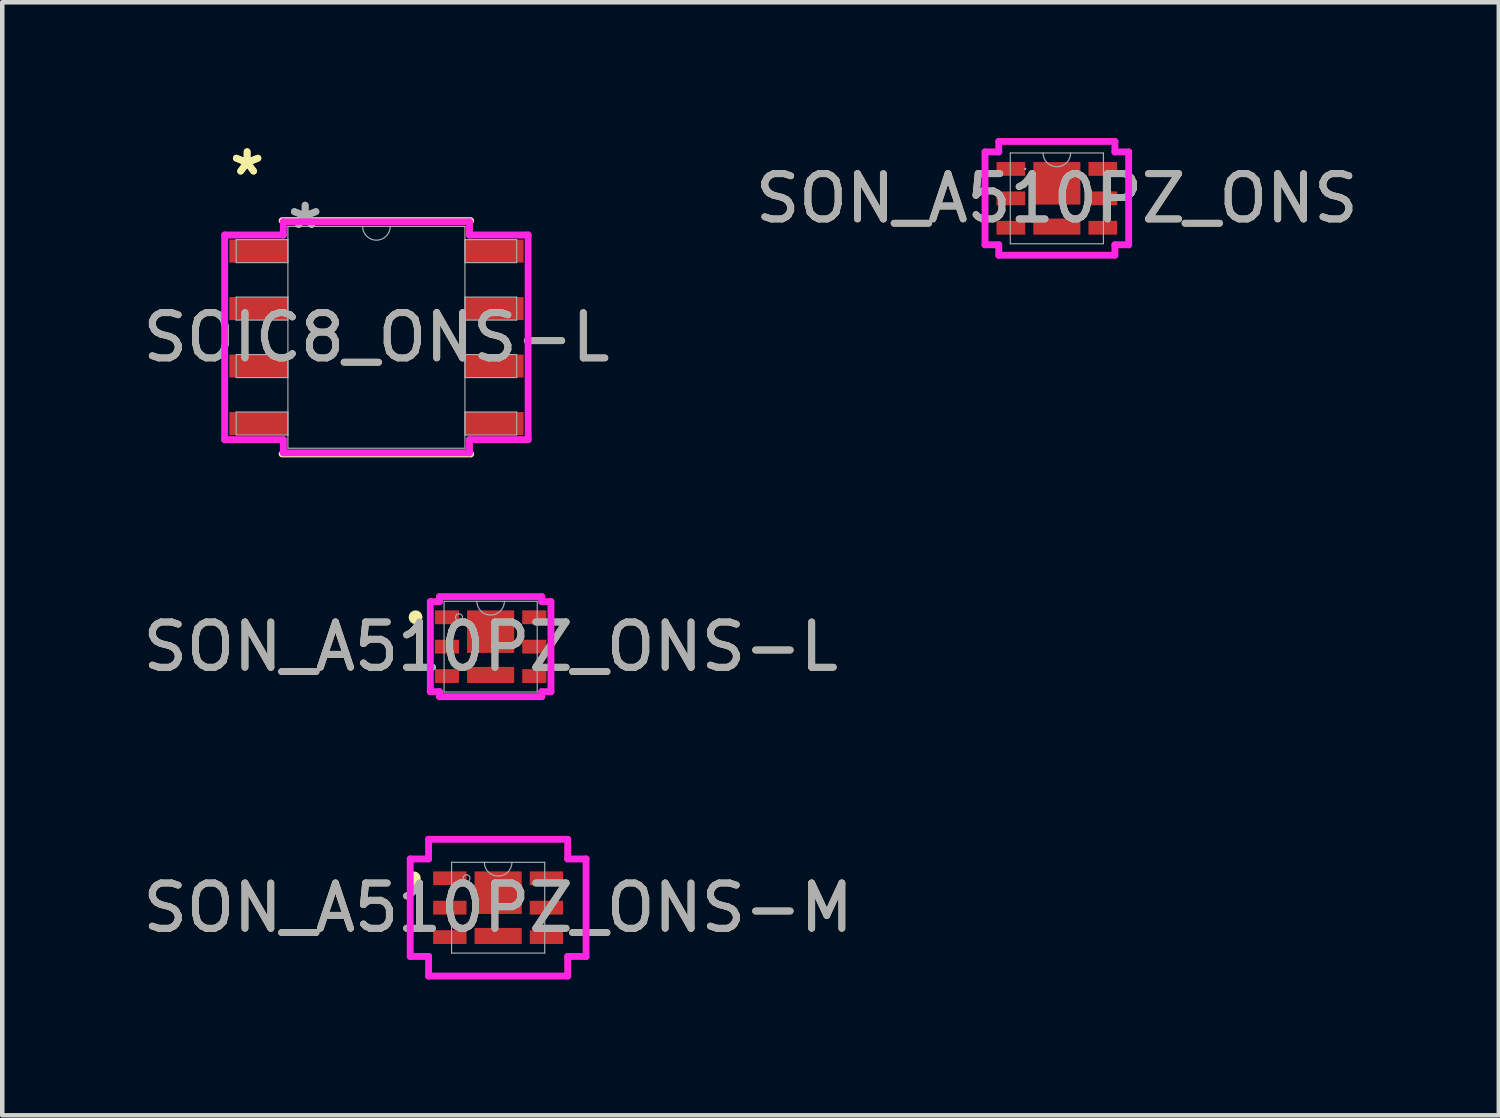
<source format=kicad_pcb>
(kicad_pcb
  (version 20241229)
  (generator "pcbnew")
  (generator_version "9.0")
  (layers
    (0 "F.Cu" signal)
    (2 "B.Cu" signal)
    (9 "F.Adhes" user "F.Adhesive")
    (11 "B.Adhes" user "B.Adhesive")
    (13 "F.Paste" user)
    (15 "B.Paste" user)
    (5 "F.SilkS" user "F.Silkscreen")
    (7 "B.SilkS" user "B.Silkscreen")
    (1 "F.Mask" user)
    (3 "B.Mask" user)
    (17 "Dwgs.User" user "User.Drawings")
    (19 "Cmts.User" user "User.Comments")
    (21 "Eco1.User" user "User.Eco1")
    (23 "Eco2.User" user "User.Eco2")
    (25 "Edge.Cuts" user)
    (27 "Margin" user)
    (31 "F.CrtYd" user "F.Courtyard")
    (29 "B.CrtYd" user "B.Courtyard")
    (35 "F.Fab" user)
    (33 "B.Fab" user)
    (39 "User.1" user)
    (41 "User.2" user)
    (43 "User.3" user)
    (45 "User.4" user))
  (footprint "SOIC8_ONS-L"
    (layer "F.Cu")
    (at 5.268 4.404)
    (property "Reference" "SOIC8_ONS-L" (at 0 0 0) (unlocked yes) (layer "F.SilkS") (effects (font (size 1 1) (thickness 0.15))))
    (attr smd)
    (fp_line (start -2.083 2.578) (end 2.083 2.578) (stroke (width 0.152) (type solid)) (layer "F.SilkS"))
    (fp_line (start 2.083 -2.578) (end -2.083 -2.578) (stroke (width 0.152) (type solid)) (layer "F.SilkS"))
    (fp_line (start -3.353 -2.261) (end -2.057 -2.261) (stroke (width 0.152) (type solid)) (layer "F.CrtYd"))
    (fp_line (start -3.353 2.261) (end -3.353 -2.261) (stroke (width 0.152) (type solid)) (layer "F.CrtYd"))
    (fp_line (start -3.353 2.261) (end -2.057 2.261) (stroke (width 0.152) (type solid)) (layer "F.CrtYd"))
    (fp_line (start -2.057 -2.553) (end 2.057 -2.553) (stroke (width 0.152) (type solid)) (layer "F.CrtYd"))
    (fp_line (start -2.057 -2.261) (end -2.057 -2.553) (stroke (width 0.152) (type solid)) (layer "F.CrtYd"))
    (fp_line (start -2.057 2.553) (end -2.057 2.261) (stroke (width 0.152) (type solid)) (layer "F.CrtYd"))
    (fp_line (start 2.057 -2.553) (end 2.057 -2.261) (stroke (width 0.152) (type solid)) (layer "F.CrtYd"))
    (fp_line (start 2.057 2.261) (end 2.057 2.553) (stroke (width 0.152) (type solid)) (layer "F.CrtYd"))
    (fp_line (start 2.057 2.553) (end -2.057 2.553) (stroke (width 0.152) (type solid)) (layer "F.CrtYd"))
    (fp_line (start 3.353 -2.261) (end 2.057 -2.261) (stroke (width 0.152) (type solid)) (layer "F.CrtYd"))
    (fp_line (start 3.353 -2.261) (end 3.353 2.261) (stroke (width 0.152) (type solid)) (layer "F.CrtYd"))
    (fp_line (start 3.353 2.261) (end 2.057 2.261) (stroke (width 0.152) (type solid)) (layer "F.CrtYd"))
    (fp_line (start -3.099 -2.159) (end -3.099 -1.651) (stroke (width 0.025) (type solid)) (layer "F.Fab"))
    (fp_line (start -3.099 -1.651) (end -1.956 -1.651) (stroke (width 0.025) (type solid)) (layer "F.Fab"))
    (fp_line (start -3.099 -0.889) (end -3.099 -0.381) (stroke (width 0.025) (type solid)) (layer "F.Fab"))
    (fp_line (start -3.099 -0.381) (end -1.956 -0.381) (stroke (width 0.025) (type solid)) (layer "F.Fab"))
    (fp_line (start -3.099 0.381) (end -3.099 0.889) (stroke (width 0.025) (type solid)) (layer "F.Fab"))
    (fp_line (start -3.099 0.889) (end -1.956 0.889) (stroke (width 0.025) (type solid)) (layer "F.Fab"))
    (fp_line (start -3.099 1.651) (end -3.099 2.159) (stroke (width 0.025) (type solid)) (layer "F.Fab"))
    (fp_line (start -3.099 2.159) (end -1.956 2.159) (stroke (width 0.025) (type solid)) (layer "F.Fab"))
    (fp_line (start -1.956 -2.451) (end -1.956 2.451) (stroke (width 0.025) (type solid)) (layer "F.Fab"))
    (fp_line (start -1.956 -2.159) (end -3.099 -2.159) (stroke (width 0.025) (type solid)) (layer "F.Fab"))
    (fp_line (start -1.956 -1.651) (end -1.956 -2.159) (stroke (width 0.025) (type solid)) (layer "F.Fab"))
    (fp_line (start -1.956 -0.889) (end -3.099 -0.889) (stroke (width 0.025) (type solid)) (layer "F.Fab"))
    (fp_line (start -1.956 -0.381) (end -1.956 -0.889) (stroke (width 0.025) (type solid)) (layer "F.Fab"))
    (fp_line (start -1.956 0.381) (end -3.099 0.381) (stroke (width 0.025) (type solid)) (layer "F.Fab"))
    (fp_line (start -1.956 0.889) (end -1.956 0.381) (stroke (width 0.025) (type solid)) (layer "F.Fab"))
    (fp_line (start -1.956 1.651) (end -3.099 1.651) (stroke (width 0.025) (type solid)) (layer "F.Fab"))
    (fp_line (start -1.956 2.159) (end -1.956 1.651) (stroke (width 0.025) (type solid)) (layer "F.Fab"))
    (fp_line (start -1.956 2.451) (end 1.956 2.451) (stroke (width 0.025) (type solid)) (layer "F.Fab"))
    (fp_line (start 1.956 -2.451) (end -1.956 -2.451) (stroke (width 0.025) (type solid)) (layer "F.Fab"))
    (fp_line (start 1.956 -2.159) (end 1.956 -1.651) (stroke (width 0.025) (type solid)) (layer "F.Fab"))
    (fp_line (start 1.956 -1.651) (end 3.099 -1.651) (stroke (width 0.025) (type solid)) (layer "F.Fab"))
    (fp_line (start 1.956 -0.889) (end 1.956 -0.381) (stroke (width 0.025) (type solid)) (layer "F.Fab"))
    (fp_line (start 1.956 -0.381) (end 3.099 -0.381) (stroke (width 0.025) (type solid)) (layer "F.Fab"))
    (fp_line (start 1.956 0.381) (end 1.956 0.889) (stroke (width 0.025) (type solid)) (layer "F.Fab"))
    (fp_line (start 1.956 0.889) (end 3.099 0.889) (stroke (width 0.025) (type solid)) (layer "F.Fab"))
    (fp_line (start 1.956 1.651) (end 1.956 2.159) (stroke (width 0.025) (type solid)) (layer "F.Fab"))
    (fp_line (start 1.956 2.159) (end 3.099 2.159) (stroke (width 0.025) (type solid)) (layer "F.Fab"))
    (fp_line (start 1.956 2.451) (end 1.956 -2.451) (stroke (width 0.025) (type solid)) (layer "F.Fab"))
    (fp_line (start 3.099 -2.159) (end 1.956 -2.159) (stroke (width 0.025) (type solid)) (layer "F.Fab"))
    (fp_line (start 3.099 -1.651) (end 3.099 -2.159) (stroke (width 0.025) (type solid)) (layer "F.Fab"))
    (fp_line (start 3.099 -0.889) (end 1.956 -0.889) (stroke (width 0.025) (type solid)) (layer "F.Fab"))
    (fp_line (start 3.099 -0.381) (end 3.099 -0.889) (stroke (width 0.025) (type solid)) (layer "F.Fab"))
    (fp_line (start 3.099 0.381) (end 1.956 0.381) (stroke (width 0.025) (type solid)) (layer "F.Fab"))
    (fp_line (start 3.099 0.889) (end 3.099 0.381) (stroke (width 0.025) (type solid)) (layer "F.Fab"))
    (fp_line (start 3.099 1.651) (end 1.956 1.651) (stroke (width 0.025) (type solid)) (layer "F.Fab"))
    (fp_line (start 3.099 2.159) (end 3.099 1.651) (stroke (width 0.025) (type solid)) (layer "F.Fab"))
    (fp_arc (start 0.3048 -2.4511) (mid 0 -2.1463) (end -0.3048 -2.4511) (stroke (width 0.0254) (type solid)) (layer "F.Fab"))
    (fp_text user "*" (at -2.857 -3.556 0) (layer "F.SilkS") (effects (font (size 1 1) (thickness 0.15))))
    (fp_text user "*" (at -2.857 -3.556 0) (unlocked yes) (layer "F.SilkS") (effects (font (size 1 1) (thickness 0.15))))
    (fp_text user "*" (at -1.575 -2.375 0) (unlocked yes) (layer "F.Fab") (effects (font (size 1 1) (thickness 0.15))))
    (fp_text user "${REFERENCE}" (at 0 0 0) (unlocked yes) (layer "F.Fab") (effects (font (size 1 1) (thickness 0.15))))
    (fp_text user "*" (at -1.575 -2.375 0) (layer "F.Fab") (effects (font (size 1 1) (thickness 0.15))))
    (pad "1" smd rect (at -2.603 -1.905) (size 1.295 0.508) (layers "F.Cu" "F.Mask" "F.Paste"))
    (pad "2" smd rect (at -2.603 -0.635) (size 1.295 0.508) (layers "F.Cu" "F.Mask" "F.Paste"))
    (pad "3" smd rect (at -2.603 0.635) (size 1.295 0.508) (layers "F.Cu" "F.Mask" "F.Paste"))
    (pad "4" smd rect (at -2.603 1.905) (size 1.295 0.508) (layers "F.Cu" "F.Mask" "F.Paste"))
    (pad "5" smd rect (at 2.603 1.905) (size 1.295 0.508) (layers "F.Cu" "F.Mask" "F.Paste"))
    (pad "6" smd rect (at 2.603 0.635) (size 1.295 0.508) (layers "F.Cu" "F.Mask" "F.Paste"))
    (pad "7" smd rect (at 2.603 -0.635) (size 1.295 0.508) (layers "F.Cu" "F.Mask" "F.Paste"))
    (pad "8" smd rect (at 2.603 -1.905) (size 1.295 0.508) (layers "F.Cu" "F.Mask" "F.Paste")))
  (footprint "SON_A510PZ_ONS-L"
    (layer "F.Cu")
    (at 7.792 11.24)
    (property "Reference" "SON_A510PZ_ONS-L" (at 0 0 0) (unlocked yes) (layer "F.SilkS") (effects (font (size 1 1) (thickness 0.15))))
    (attr smd)
    (fp_circle (center -1.659 -0.65) (end -1.582 -0.65) (stroke (width 0.152) (type solid)) (fill no) (layer "F.SilkS"))
    (fp_line (start -1.333 -0.995) (end -1.13 -0.995) (stroke (width 0.152) (type solid)) (layer "F.CrtYd"))
    (fp_line (start -1.333 0.995) (end -1.333 -0.995) (stroke (width 0.152) (type solid)) (layer "F.CrtYd"))
    (fp_line (start -1.333 0.995) (end -1.13 0.995) (stroke (width 0.152) (type solid)) (layer "F.CrtYd"))
    (fp_line (start -1.13 -1.105) (end 1.13 -1.105) (stroke (width 0.152) (type solid)) (layer "F.CrtYd"))
    (fp_line (start -1.13 -0.995) (end -1.13 -1.105) (stroke (width 0.152) (type solid)) (layer "F.CrtYd"))
    (fp_line (start -1.13 1.105) (end -1.13 0.995) (stroke (width 0.152) (type solid)) (layer "F.CrtYd"))
    (fp_line (start 1.13 -1.105) (end 1.13 -0.995) (stroke (width 0.152) (type solid)) (layer "F.CrtYd"))
    (fp_line (start 1.13 0.995) (end 1.13 1.105) (stroke (width 0.152) (type solid)) (layer "F.CrtYd"))
    (fp_line (start 1.13 1.105) (end -1.13 1.105) (stroke (width 0.152) (type solid)) (layer "F.CrtYd"))
    (fp_line (start 1.333 -0.995) (end 1.13 -0.995) (stroke (width 0.152) (type solid)) (layer "F.CrtYd"))
    (fp_line (start 1.333 -0.995) (end 1.333 0.995) (stroke (width 0.152) (type solid)) (layer "F.CrtYd"))
    (fp_line (start 1.333 0.995) (end 1.13 0.995) (stroke (width 0.152) (type solid)) (layer "F.CrtYd"))
    (fp_line (start -1.029 -1.003) (end -1.029 1.003) (stroke (width 0.025) (type solid)) (layer "F.Fab"))
    (fp_line (start -1.029 1.003) (end 1.029 1.003) (stroke (width 0.025) (type solid)) (layer "F.Fab"))
    (fp_line (start 1.029 -1.003) (end -1.029 -1.003) (stroke (width 0.025) (type solid)) (layer "F.Fab"))
    (fp_line (start 1.029 1.003) (end 1.029 -1.003) (stroke (width 0.025) (type solid)) (layer "F.Fab"))
    (fp_arc (start 0.3048 -1.0033) (mid 0 -0.6985) (end -0.3048 -1.0033) (stroke (width 0.0254) (type solid)) (layer "F.Fab"))
    (fp_circle (center -0.699 -0.65) (end -0.622 -0.65) (stroke (width 0.025) (type solid)) (fill no) (layer "F.Fab"))
    (fp_text user "${REFERENCE}" (at 0 0 0) (unlocked yes) (layer "F.Fab") (effects (font (size 1 1) (thickness 0.15))))
    (pad "1" smd rect (at -0.965 -0.65) (size 0.533 0.305) (layers "F.Cu" "F.Mask" "F.Paste"))
    (pad "2" smd rect (at -0.965 0) (size 0.533 0.305) (layers "F.Cu" "F.Mask" "F.Paste"))
    (pad "3" smd rect (at -0.965 0.65) (size 0.533 0.305) (layers "F.Cu" "F.Mask" "F.Paste"))
    (pad "4" smd rect (at 0.965 0.65) (size 0.533 0.305) (layers "F.Cu" "F.Mask" "F.Paste"))
    (pad "5" smd rect (at 0.965 0) (size 0.533 0.305) (layers "F.Cu" "F.Mask" "F.Paste"))
    (pad "6" smd rect (at 0.965 -0.65) (size 0.533 0.305) (layers "F.Cu" "F.Mask" "F.Paste"))
    (pad "7" smd rect (at 0 -0.332) (size 1.041 0.94) (layers "F.Cu" "F.Mask" "F.Paste"))
    (pad "8" smd rect (at 0 0.625) (size 1.041 0.356) (layers "F.Cu" "F.Mask" "F.Paste")))
  (footprint "SON_A510PZ_ONS-M"
    (layer "F.Cu")
    (at 7.958 17.008)
    (property "Reference" "SON_A510PZ_ONS-M" (at 0 0 0) (unlocked yes) (layer "F.SilkS") (effects (font (size 1 1) (thickness 0.15))))
    (attr smd)
    (fp_circle (center -1.862 -0.65) (end -1.786 -0.65) (stroke (width 0.152) (type solid)) (fill no) (layer "F.SilkS"))
    (fp_line (start -1.943 -1.077) (end -1.537 -1.077) (stroke (width 0.152) (type solid)) (layer "F.CrtYd"))
    (fp_line (start -1.943 1.077) (end -1.943 -1.077) (stroke (width 0.152) (type solid)) (layer "F.CrtYd"))
    (fp_line (start -1.943 1.077) (end -1.537 1.077) (stroke (width 0.152) (type solid)) (layer "F.CrtYd"))
    (fp_line (start -1.537 -1.511) (end 1.537 -1.511) (stroke (width 0.152) (type solid)) (layer "F.CrtYd"))
    (fp_line (start -1.537 -1.077) (end -1.537 -1.511) (stroke (width 0.152) (type solid)) (layer "F.CrtYd"))
    (fp_line (start -1.537 1.511) (end -1.537 1.077) (stroke (width 0.152) (type solid)) (layer "F.CrtYd"))
    (fp_line (start 1.537 -1.511) (end 1.537 -1.077) (stroke (width 0.152) (type solid)) (layer "F.CrtYd"))
    (fp_line (start 1.537 1.077) (end 1.537 1.511) (stroke (width 0.152) (type solid)) (layer "F.CrtYd"))
    (fp_line (start 1.537 1.511) (end -1.537 1.511) (stroke (width 0.152) (type solid)) (layer "F.CrtYd"))
    (fp_line (start 1.943 -1.077) (end 1.537 -1.077) (stroke (width 0.152) (type solid)) (layer "F.CrtYd"))
    (fp_line (start 1.943 -1.077) (end 1.943 1.077) (stroke (width 0.152) (type solid)) (layer "F.CrtYd"))
    (fp_line (start 1.943 1.077) (end 1.537 1.077) (stroke (width 0.152) (type solid)) (layer "F.CrtYd"))
    (fp_line (start -1.029 -1.003) (end -1.029 1.003) (stroke (width 0.025) (type solid)) (layer "F.Fab"))
    (fp_line (start -1.029 1.003) (end 1.029 1.003) (stroke (width 0.025) (type solid)) (layer "F.Fab"))
    (fp_line (start 1.029 -1.003) (end -1.029 -1.003) (stroke (width 0.025) (type solid)) (layer "F.Fab"))
    (fp_line (start 1.029 1.003) (end 1.029 -1.003) (stroke (width 0.025) (type solid)) (layer "F.Fab"))
    (fp_arc (start 0.3048 -1.0033) (mid 0 -0.6985) (end -0.3048 -1.0033) (stroke (width 0.0254) (type solid)) (layer "F.Fab"))
    (fp_circle (center -0.699 -0.65) (end -0.622 -0.65) (stroke (width 0.025) (type solid)) (fill no) (layer "F.Fab"))
    (fp_text user "${REFERENCE}" (at 0 0 0) (unlocked yes) (layer "F.Fab") (effects (font (size 1 1) (thickness 0.15))))
    (pad "1" smd rect (at -1.067 -0.65) (size 0.737 0.305) (layers "F.Cu" "F.Mask" "F.Paste"))
    (pad "2" smd rect (at -1.067 0) (size 0.737 0.305) (layers "F.Cu" "F.Mask" "F.Paste"))
    (pad "3" smd rect (at -1.067 0.65) (size 0.737 0.305) (layers "F.Cu" "F.Mask" "F.Paste"))
    (pad "4" smd rect (at 1.067 0.65) (size 0.737 0.305) (layers "F.Cu" "F.Mask" "F.Paste"))
    (pad "5" smd rect (at 1.067 0) (size 0.737 0.305) (layers "F.Cu" "F.Mask" "F.Paste"))
    (pad "6" smd rect (at 1.067 -0.65) (size 0.737 0.305) (layers "F.Cu" "F.Mask" "F.Paste"))
    (pad "7" smd rect (at 0 -0.332) (size 1.041 0.94) (layers "F.Cu" "F.Mask" "F.Paste"))
    (pad "8" smd rect (at 0 0.625) (size 1.041 0.356) (layers "F.Cu" "F.Mask" "F.Paste")))
  (footprint "SON_A510PZ_ONS"
    (layer "F.Cu")
    (at 20.304 1.333)
    (property "Reference" "SON_A510PZ_ONS" (at 0 0 0) (unlocked yes) (layer "F.SilkS") (effects (font (size 1 1) (thickness 0.15))))
    (attr smd)
    (fp_line (start -1.587 -1.026) (end -1.283 -1.026) (stroke (width 0.152) (type solid)) (layer "F.CrtYd"))
    (fp_line (start -1.587 1.026) (end -1.587 -1.026) (stroke (width 0.152) (type solid)) (layer "F.CrtYd"))
    (fp_line (start -1.587 1.026) (end -1.283 1.026) (stroke (width 0.152) (type solid)) (layer "F.CrtYd"))
    (fp_line (start -1.283 -1.257) (end 1.283 -1.257) (stroke (width 0.152) (type solid)) (layer "F.CrtYd"))
    (fp_line (start -1.283 -1.026) (end -1.283 -1.257) (stroke (width 0.152) (type solid)) (layer "F.CrtYd"))
    (fp_line (start -1.283 1.257) (end -1.283 1.026) (stroke (width 0.152) (type solid)) (layer "F.CrtYd"))
    (fp_line (start 1.283 -1.257) (end 1.283 -1.026) (stroke (width 0.152) (type solid)) (layer "F.CrtYd"))
    (fp_line (start 1.283 1.026) (end 1.283 1.257) (stroke (width 0.152) (type solid)) (layer "F.CrtYd"))
    (fp_line (start 1.283 1.257) (end -1.283 1.257) (stroke (width 0.152) (type solid)) (layer "F.CrtYd"))
    (fp_line (start 1.587 -1.026) (end 1.283 -1.026) (stroke (width 0.152) (type solid)) (layer "F.CrtYd"))
    (fp_line (start 1.587 -1.026) (end 1.587 1.026) (stroke (width 0.152) (type solid)) (layer "F.CrtYd"))
    (fp_line (start 1.587 1.026) (end 1.283 1.026) (stroke (width 0.152) (type solid)) (layer "F.CrtYd"))
    (fp_line (start -1.029 -1.003) (end -1.029 1.003) (stroke (width 0.025) (type solid)) (layer "F.Fab"))
    (fp_line (start -1.029 1.003) (end 1.029 1.003) (stroke (width 0.025) (type solid)) (layer "F.Fab"))
    (fp_line (start 1.029 -1.003) (end -1.029 -1.003) (stroke (width 0.025) (type solid)) (layer "F.Fab"))
    (fp_line (start 1.029 1.003) (end 1.029 -1.003) (stroke (width 0.025) (type solid)) (layer "F.Fab"))
    (fp_arc (start 0.3048 -1.0033) (mid 0 -0.6985) (end -0.3048 -1.0033) (stroke (width 0.0254) (type solid)) (layer "F.Fab"))
    (fp_circle (center -0.699 -0.65) (end -0.699 -0.65) (stroke (width 0.025) (type solid)) (fill no) (layer "F.Fab"))
    (fp_text user "${REFERENCE}" (at 0 0 0) (unlocked yes) (layer "F.Fab") (effects (font (size 1 1) (thickness 0.15))))
    (pad "1" smd rect (at -1.016 -0.65) (size 0.635 0.305) (layers "F.Cu" "F.Mask" "F.Paste"))
    (pad "2" smd rect (at -1.016 0) (size 0.635 0.305) (layers "F.Cu" "F.Mask" "F.Paste"))
    (pad "3" smd rect (at -1.016 0.65) (size 0.635 0.305) (layers "F.Cu" "F.Mask" "F.Paste"))
    (pad "4" smd rect (at 1.016 0.65) (size 0.635 0.305) (layers "F.Cu" "F.Mask" "F.Paste"))
    (pad "5" smd rect (at 1.016 0) (size 0.635 0.305) (layers "F.Cu" "F.Mask" "F.Paste"))
    (pad "6" smd rect (at 1.016 -0.65) (size 0.635 0.305) (layers "F.Cu" "F.Mask" "F.Paste"))
    (pad "7" smd rect (at 0 -0.332) (size 1.041 0.94) (layers "F.Cu" "F.Mask" "F.Paste"))
    (pad "8" smd rect (at 0 0.625) (size 1.041 0.356) (layers "F.Cu" "F.Mask" "F.Paste")))
  (gr_rect
    (start -3 -3)
    (end 30.071 21.596)
    (stroke (width 0.1) (type default))
    (fill no)
    (layer "Edge.Cuts")))
</source>
